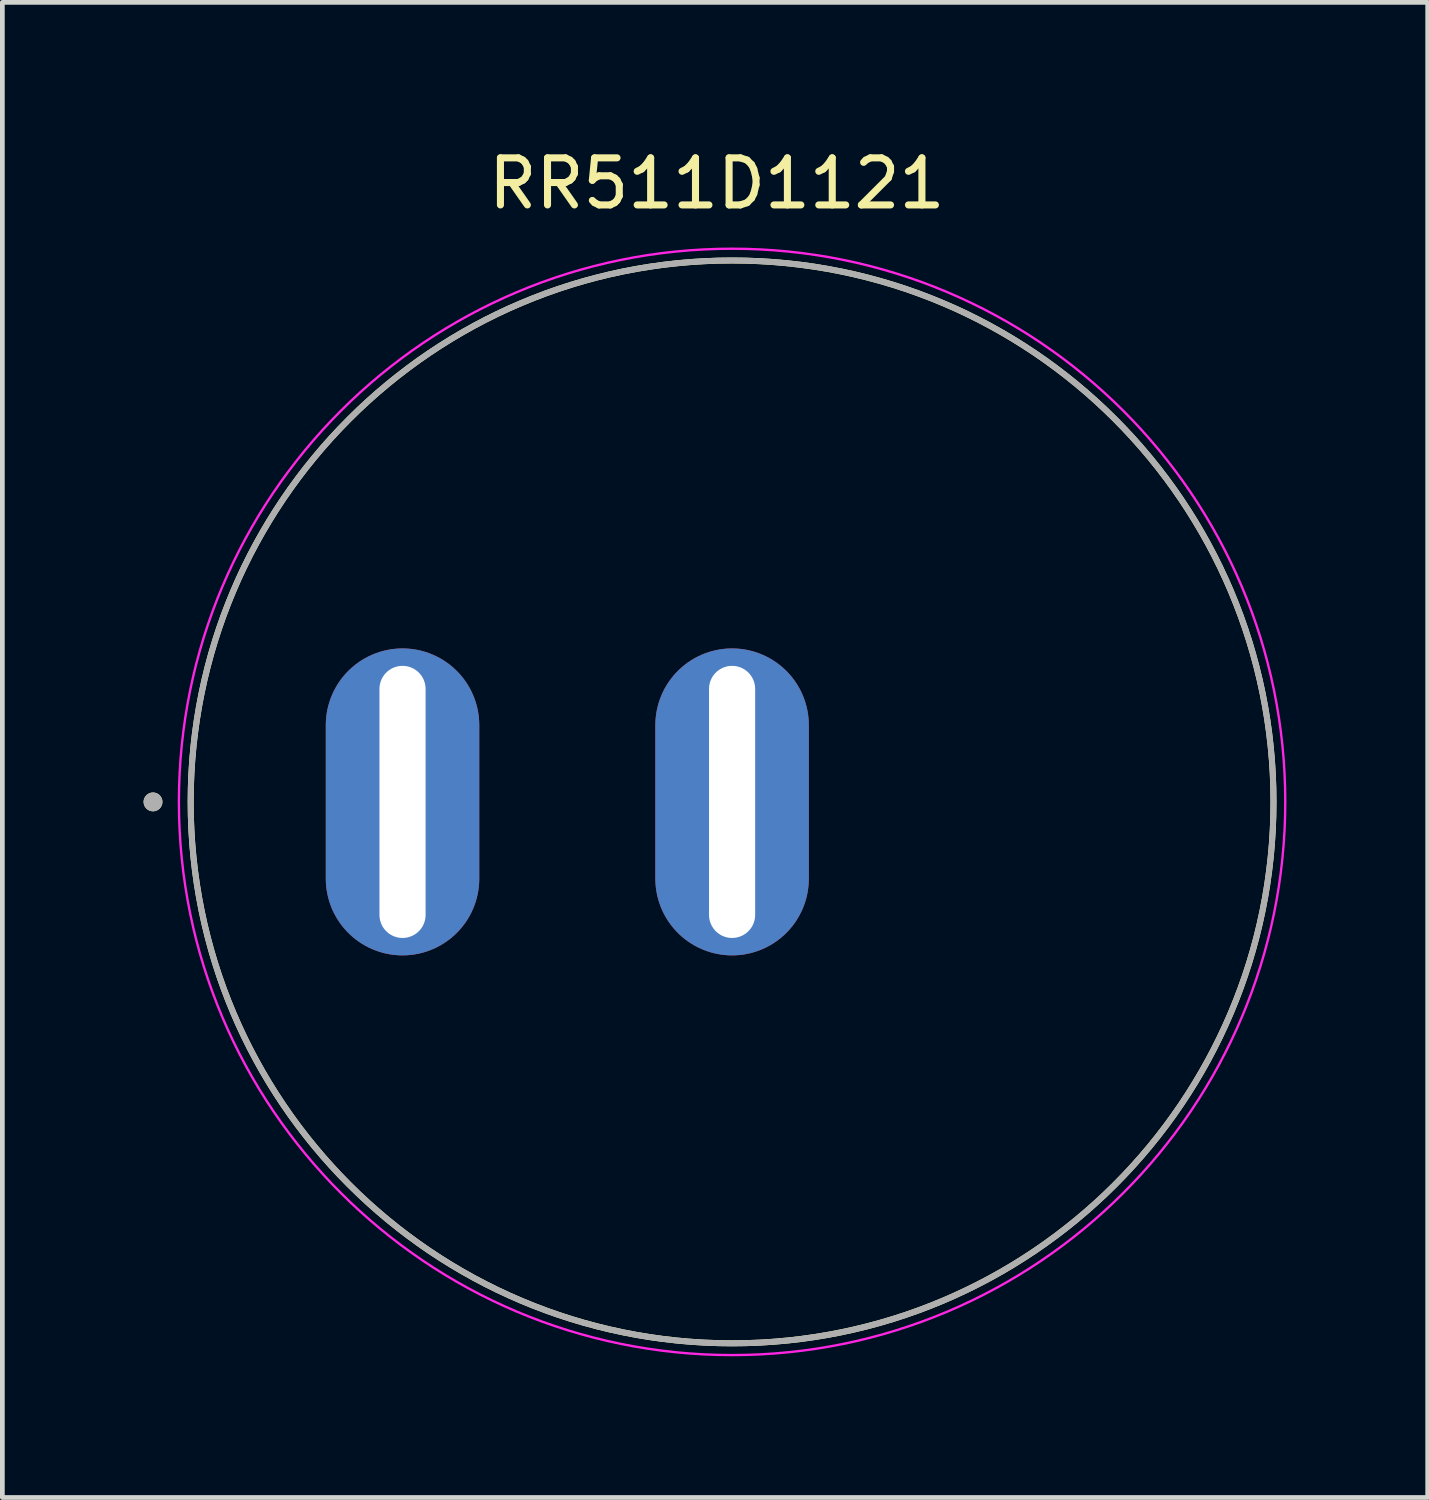
<source format=kicad_pcb>
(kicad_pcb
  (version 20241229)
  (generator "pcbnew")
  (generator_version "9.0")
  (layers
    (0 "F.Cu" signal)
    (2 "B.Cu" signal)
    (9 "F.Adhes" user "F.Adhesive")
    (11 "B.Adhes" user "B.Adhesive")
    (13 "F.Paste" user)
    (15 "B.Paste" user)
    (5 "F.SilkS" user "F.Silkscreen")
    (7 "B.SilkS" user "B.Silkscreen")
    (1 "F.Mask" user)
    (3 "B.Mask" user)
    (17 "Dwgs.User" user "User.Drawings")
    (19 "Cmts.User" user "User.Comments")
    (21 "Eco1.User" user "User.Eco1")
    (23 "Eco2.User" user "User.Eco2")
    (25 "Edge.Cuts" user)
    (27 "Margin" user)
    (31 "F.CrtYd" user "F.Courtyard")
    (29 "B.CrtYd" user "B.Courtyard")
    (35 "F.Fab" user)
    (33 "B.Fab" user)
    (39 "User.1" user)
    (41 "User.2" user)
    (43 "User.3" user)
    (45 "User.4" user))
  (footprint "RR511D1121"
    (layer "F.Cu")
    (at 12.5 13.983)
    (property "Reference" "RR511D1121" (at -0.325 -13.135 0) (layer "F.SilkS") (effects (font (size 1 1) (thickness 0.15))))
    (attr through_hole)
    (fp_circle (center -12.3 0) (end -12.2 0) (stroke (width 0.2) (type solid)) (fill no) (layer "F.SilkS"))
    (fp_circle (center 0 0) (end 11.5 0) (stroke (width 0.127) (type solid)) (fill no) (layer "F.SilkS"))
    (fp_circle (center 0 0) (end 11.75 0) (stroke (width 0.05) (type solid)) (fill no) (layer "F.CrtYd"))
    (fp_circle (center -12.3 0) (end -12.2 0) (stroke (width 0.2) (type solid)) (fill no) (layer "F.Fab"))
    (fp_circle (center 0 0) (end 11.5 0) (stroke (width 0.127) (type solid)) (fill no) (layer "F.Fab"))
    (pad "1" thru_hole oval (at -7 0) (size 3.26 6.52) (drill oval 0.98 5.78) (layers "*.Cu" "*.Mask"))
    (pad "2" thru_hole oval (at 0 0) (size 3.26 6.52) (drill oval 0.98 5.78) (layers "*.Cu" "*.Mask")))
  (gr_rect
    (start -3 -3)
    (end 27.275 28.758)
    (stroke (width 0.1) (type default))
    (fill no)
    (layer "Edge.Cuts")))
</source>
